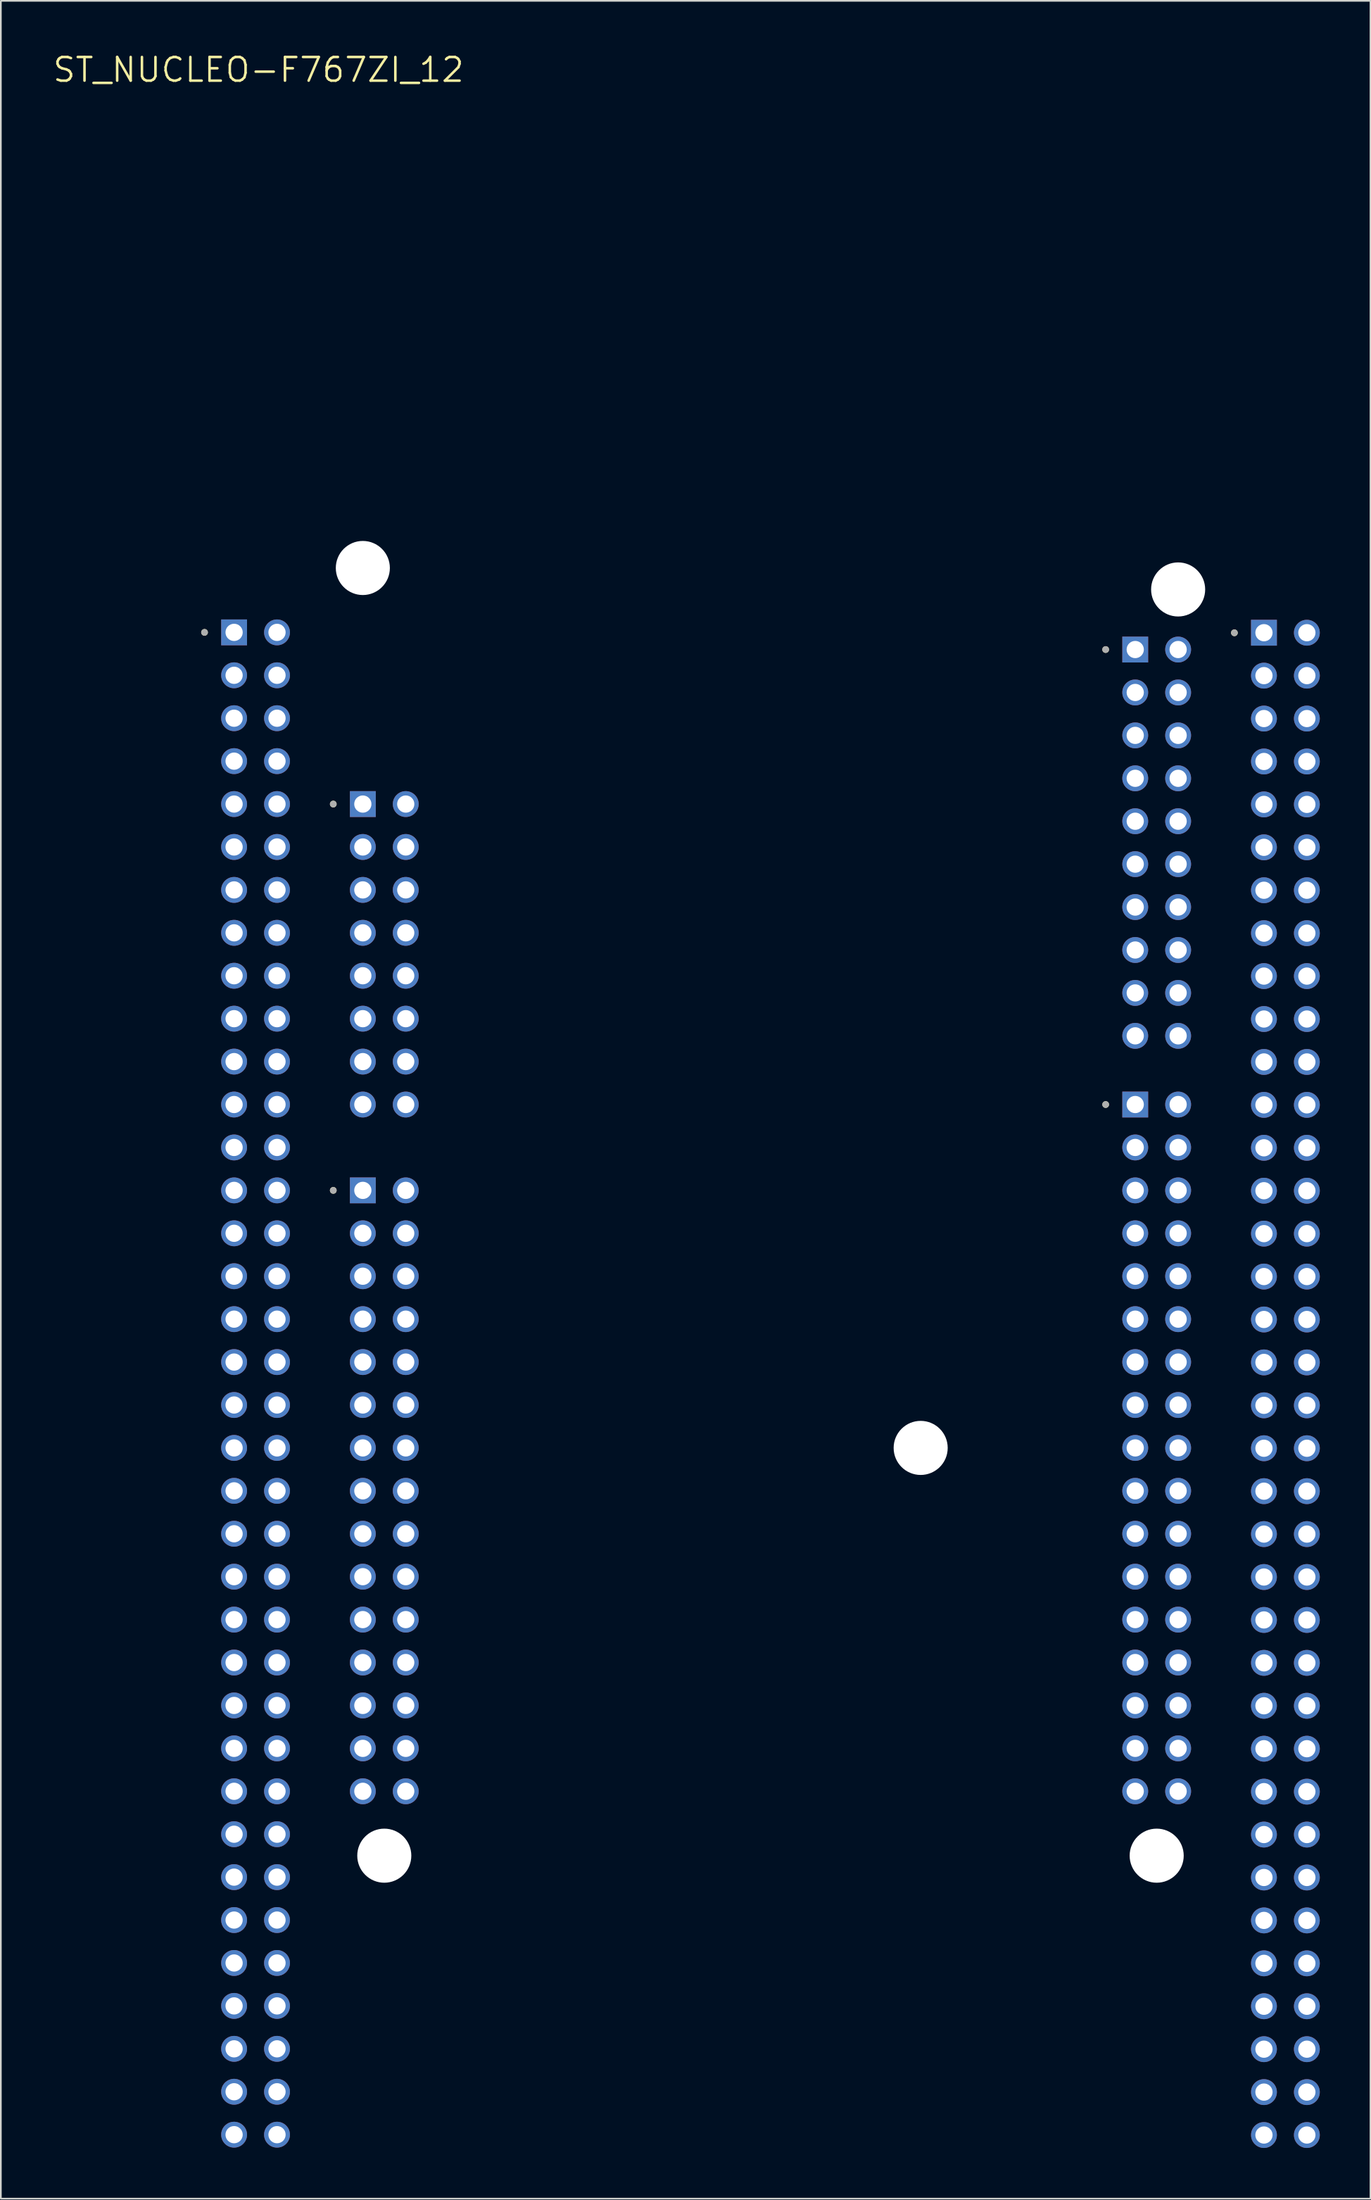
<source format=kicad_pcb>
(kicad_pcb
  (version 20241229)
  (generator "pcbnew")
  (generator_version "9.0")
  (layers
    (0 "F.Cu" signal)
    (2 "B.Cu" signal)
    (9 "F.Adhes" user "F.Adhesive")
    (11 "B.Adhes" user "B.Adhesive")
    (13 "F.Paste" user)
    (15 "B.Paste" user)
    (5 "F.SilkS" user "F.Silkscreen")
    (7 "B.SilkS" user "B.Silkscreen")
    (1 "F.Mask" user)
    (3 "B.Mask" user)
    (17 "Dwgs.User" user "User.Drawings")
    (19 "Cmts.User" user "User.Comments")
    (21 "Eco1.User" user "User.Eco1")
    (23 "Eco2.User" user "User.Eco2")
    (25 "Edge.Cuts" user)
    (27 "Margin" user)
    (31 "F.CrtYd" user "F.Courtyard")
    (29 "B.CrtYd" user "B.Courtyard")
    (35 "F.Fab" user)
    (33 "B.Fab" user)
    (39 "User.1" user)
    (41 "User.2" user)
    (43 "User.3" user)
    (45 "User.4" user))
  (footprint "ST_NUCLEO-F767ZI_12"
    (layer "F.Cu")
    (at 42.557 69.301)
    (property "Reference" "ST_NUCLEO-F767ZI_12" (at -30.305 -68.219 0) (layer "F.SilkS") (effects (font (size 1.4 1.4) (thickness 0.15))))
    (attr through_hole)
    (fp_circle (center -33.5 -34.93) (end -33.4 -34.93) (stroke (width 0.2) (type solid)) (fill no) (layer "F.SilkS"))
    (fp_circle (center -25.88 -24.77) (end -25.78 -24.77) (stroke (width 0.2) (type solid)) (fill no) (layer "F.SilkS"))
    (fp_circle (center -25.88 -1.91) (end -25.78 -1.91) (stroke (width 0.2) (type solid)) (fill no) (layer "F.SilkS"))
    (fp_circle (center 19.84 -33.914) (end 19.94 -33.914) (stroke (width 0.2) (type solid)) (fill no) (layer "F.SilkS"))
    (fp_circle (center 19.84 -6.99) (end 19.94 -6.99) (stroke (width 0.2) (type solid)) (fill no) (layer "F.SilkS"))
    (fp_circle (center 27.46 -34.905) (end 27.56 -34.905) (stroke (width 0.2) (type solid)) (fill no) (layer "F.SilkS"))
    (fp_circle (center -33.5 -34.93) (end -33.4 -34.93) (stroke (width 0.2) (type solid)) (fill no) (layer "F.Fab"))
    (fp_circle (center -25.88 -24.77) (end -25.78 -24.77) (stroke (width 0.2) (type solid)) (fill no) (layer "F.Fab"))
    (fp_circle (center -25.88 -1.91) (end -25.78 -1.91) (stroke (width 0.2) (type solid)) (fill no) (layer "F.Fab"))
    (fp_circle (center 19.84 -33.914) (end 19.94 -33.914) (stroke (width 0.2) (type solid)) (fill no) (layer "F.Fab"))
    (fp_circle (center 19.84 -6.99) (end 19.94 -6.99) (stroke (width 0.2) (type solid)) (fill no) (layer "F.Fab"))
    (fp_circle (center 27.46 -34.905) (end 27.56 -34.905) (stroke (width 0.2) (type solid)) (fill no) (layer "F.Fab"))
    (pad "" np_thru_hole circle (at -24.13 -38.74) (size 3.2 3.2) (drill 3.2) (layers "*.Cu" "*.Mask"))
    (pad "" np_thru_hole circle (at -22.86 37.46) (size 3.2 3.2) (drill 3.2) (layers "*.Cu" "*.Mask"))
    (pad "" np_thru_hole circle (at 8.89 13.33) (size 3.2 3.2) (drill 3.2) (layers "*.Cu" "*.Mask"))
    (pad "" np_thru_hole circle (at 22.86 37.46) (size 3.2 3.2) (drill 3.2) (layers "*.Cu" "*.Mask"))
    (pad "" np_thru_hole circle (at 24.13 -37.47) (size 3.2 3.2) (drill 3.2) (layers "*.Cu" "*.Mask"))
    (pad "CN7_1" thru_hole rect (at 21.59 -33.914) (size 1.53 1.53) (drill 1.02) (layers "*.Cu" "*.Mask"))
    (pad "CN7_2" thru_hole circle (at 24.13 -33.914) (size 1.53 1.53) (drill 1.02) (layers "*.Cu" "*.Mask"))
    (pad "CN7_3" thru_hole circle (at 21.59 -31.374) (size 1.53 1.53) (drill 1.02) (layers "*.Cu" "*.Mask"))
    (pad "CN7_4" thru_hole circle (at 24.13 -31.374) (size 1.53 1.53) (drill 1.02) (layers "*.Cu" "*.Mask"))
    (pad "CN7_5" thru_hole circle (at 21.59 -28.834) (size 1.53 1.53) (drill 1.02) (layers "*.Cu" "*.Mask"))
    (pad "CN7_6" thru_hole circle (at 24.13 -28.834) (size 1.53 1.53) (drill 1.02) (layers "*.Cu" "*.Mask"))
    (pad "CN7_7" thru_hole circle (at 21.59 -26.294) (size 1.53 1.53) (drill 1.02) (layers "*.Cu" "*.Mask"))
    (pad "CN7_8" thru_hole circle (at 24.13 -26.294) (size 1.53 1.53) (drill 1.02) (layers "*.Cu" "*.Mask"))
    (pad "CN7_9" thru_hole circle (at 21.59 -23.754) (size 1.53 1.53) (drill 1.02) (layers "*.Cu" "*.Mask"))
    (pad "CN7_10" thru_hole circle (at 24.13 -23.754) (size 1.53 1.53) (drill 1.02) (layers "*.Cu" "*.Mask"))
    (pad "CN7_11" thru_hole circle (at 21.59 -21.214) (size 1.53 1.53) (drill 1.02) (layers "*.Cu" "*.Mask"))
    (pad "CN7_12" thru_hole circle (at 24.13 -21.214) (size 1.53 1.53) (drill 1.02) (layers "*.Cu" "*.Mask"))
    (pad "CN7_13" thru_hole circle (at 21.59 -18.674) (size 1.53 1.53) (drill 1.02) (layers "*.Cu" "*.Mask"))
    (pad "CN7_14" thru_hole circle (at 24.13 -18.674) (size 1.53 1.53) (drill 1.02) (layers "*.Cu" "*.Mask"))
    (pad "CN7_15" thru_hole circle (at 21.59 -16.134) (size 1.53 1.53) (drill 1.02) (layers "*.Cu" "*.Mask"))
    (pad "CN7_16" thru_hole circle (at 24.13 -16.134) (size 1.53 1.53) (drill 1.02) (layers "*.Cu" "*.Mask"))
    (pad "CN7_17" thru_hole circle (at 21.59 -13.594) (size 1.53 1.53) (drill 1.02) (layers "*.Cu" "*.Mask"))
    (pad "CN7_18" thru_hole circle (at 24.13 -13.594) (size 1.53 1.53) (drill 1.02) (layers "*.Cu" "*.Mask"))
    (pad "CN7_19" thru_hole circle (at 21.59 -11.054) (size 1.53 1.53) (drill 1.02) (layers "*.Cu" "*.Mask"))
    (pad "CN7_20" thru_hole circle (at 24.13 -11.054) (size 1.53 1.53) (drill 1.02) (layers "*.Cu" "*.Mask"))
    (pad "CN8_1" thru_hole rect (at -24.13 -24.77) (size 1.53 1.53) (drill 1.02) (layers "*.Cu" "*.Mask"))
    (pad "CN8_2" thru_hole circle (at -21.59 -24.77) (size 1.53 1.53) (drill 1.02) (layers "*.Cu" "*.Mask"))
    (pad "CN8_3" thru_hole circle (at -24.13 -22.23) (size 1.53 1.53) (drill 1.02) (layers "*.Cu" "*.Mask"))
    (pad "CN8_4" thru_hole circle (at -21.59 -22.23) (size 1.53 1.53) (drill 1.02) (layers "*.Cu" "*.Mask"))
    (pad "CN8_5" thru_hole circle (at -24.13 -19.69) (size 1.53 1.53) (drill 1.02) (layers "*.Cu" "*.Mask"))
    (pad "CN8_6" thru_hole circle (at -21.59 -19.69) (size 1.53 1.53) (drill 1.02) (layers "*.Cu" "*.Mask"))
    (pad "CN8_7" thru_hole circle (at -24.13 -17.15) (size 1.53 1.53) (drill 1.02) (layers "*.Cu" "*.Mask"))
    (pad "CN8_8" thru_hole circle (at -21.59 -17.15) (size 1.53 1.53) (drill 1.02) (layers "*.Cu" "*.Mask"))
    (pad "CN8_9" thru_hole circle (at -24.13 -14.61) (size 1.53 1.53) (drill 1.02) (layers "*.Cu" "*.Mask"))
    (pad "CN8_10" thru_hole circle (at -21.59 -14.61) (size 1.53 1.53) (drill 1.02) (layers "*.Cu" "*.Mask"))
    (pad "CN8_11" thru_hole circle (at -24.13 -12.07) (size 1.53 1.53) (drill 1.02) (layers "*.Cu" "*.Mask"))
    (pad "CN8_12" thru_hole circle (at -21.59 -12.07) (size 1.53 1.53) (drill 1.02) (layers "*.Cu" "*.Mask"))
    (pad "CN8_13" thru_hole circle (at -24.13 -9.53) (size 1.53 1.53) (drill 1.02) (layers "*.Cu" "*.Mask"))
    (pad "CN8_14" thru_hole circle (at -21.59 -9.53) (size 1.53 1.53) (drill 1.02) (layers "*.Cu" "*.Mask"))
    (pad "CN8_15" thru_hole circle (at -24.13 -6.99) (size 1.53 1.53) (drill 1.02) (layers "*.Cu" "*.Mask"))
    (pad "CN8_16" thru_hole circle (at -21.59 -6.99) (size 1.53 1.53) (drill 1.02) (layers "*.Cu" "*.Mask"))
    (pad "CN9_1" thru_hole rect (at -24.13 -1.91) (size 1.53 1.53) (drill 1.02) (layers "*.Cu" "*.Mask"))
    (pad "CN9_2" thru_hole circle (at -21.59 -1.91) (size 1.53 1.53) (drill 1.02) (layers "*.Cu" "*.Mask"))
    (pad "CN9_3" thru_hole circle (at -24.13 0.63) (size 1.53 1.53) (drill 1.02) (layers "*.Cu" "*.Mask"))
    (pad "CN9_4" thru_hole circle (at -21.59 0.63) (size 1.53 1.53) (drill 1.02) (layers "*.Cu" "*.Mask"))
    (pad "CN9_5" thru_hole circle (at -24.13 3.17) (size 1.53 1.53) (drill 1.02) (layers "*.Cu" "*.Mask"))
    (pad "CN9_6" thru_hole circle (at -21.59 3.17) (size 1.53 1.53) (drill 1.02) (layers "*.Cu" "*.Mask"))
    (pad "CN9_7" thru_hole circle (at -24.13 5.71) (size 1.53 1.53) (drill 1.02) (layers "*.Cu" "*.Mask"))
    (pad "CN9_8" thru_hole circle (at -21.59 5.71) (size 1.53 1.53) (drill 1.02) (layers "*.Cu" "*.Mask"))
    (pad "CN9_9" thru_hole circle (at -24.13 8.25) (size 1.53 1.53) (drill 1.02) (layers "*.Cu" "*.Mask"))
    (pad "CN9_10" thru_hole circle (at -21.59 8.25) (size 1.53 1.53) (drill 1.02) (layers "*.Cu" "*.Mask"))
    (pad "CN9_11" thru_hole circle (at -24.13 10.79) (size 1.53 1.53) (drill 1.02) (layers "*.Cu" "*.Mask"))
    (pad "CN9_12" thru_hole circle (at -21.59 10.79) (size 1.53 1.53) (drill 1.02) (layers "*.Cu" "*.Mask"))
    (pad "CN9_13" thru_hole circle (at -24.13 13.33) (size 1.53 1.53) (drill 1.02) (layers "*.Cu" "*.Mask"))
    (pad "CN9_14" thru_hole circle (at -21.59 13.33) (size 1.53 1.53) (drill 1.02) (layers "*.Cu" "*.Mask"))
    (pad "CN9_15" thru_hole circle (at -24.13 15.87) (size 1.53 1.53) (drill 1.02) (layers "*.Cu" "*.Mask"))
    (pad "CN9_16" thru_hole circle (at -21.59 15.87) (size 1.53 1.53) (drill 1.02) (layers "*.Cu" "*.Mask"))
    (pad "CN9_17" thru_hole circle (at -24.13 18.41) (size 1.53 1.53) (drill 1.02) (layers "*.Cu" "*.Mask"))
    (pad "CN9_18" thru_hole circle (at -21.59 18.41) (size 1.53 1.53) (drill 1.02) (layers "*.Cu" "*.Mask"))
    (pad "CN9_19" thru_hole circle (at -24.13 20.95) (size 1.53 1.53) (drill 1.02) (layers "*.Cu" "*.Mask"))
    (pad "CN9_20" thru_hole circle (at -21.59 20.95) (size 1.53 1.53) (drill 1.02) (layers "*.Cu" "*.Mask"))
    (pad "CN9_21" thru_hole circle (at -24.13 23.49) (size 1.53 1.53) (drill 1.02) (layers "*.Cu" "*.Mask"))
    (pad "CN9_22" thru_hole circle (at -21.59 23.49) (size 1.53 1.53) (drill 1.02) (layers "*.Cu" "*.Mask"))
    (pad "CN9_23" thru_hole circle (at -24.13 26.03) (size 1.53 1.53) (drill 1.02) (layers "*.Cu" "*.Mask"))
    (pad "CN9_24" thru_hole circle (at -21.59 26.03) (size 1.53 1.53) (drill 1.02) (layers "*.Cu" "*.Mask"))
    (pad "CN9_25" thru_hole circle (at -24.13 28.57) (size 1.53 1.53) (drill 1.02) (layers "*.Cu" "*.Mask"))
    (pad "CN9_26" thru_hole circle (at -21.59 28.57) (size 1.53 1.53) (drill 1.02) (layers "*.Cu" "*.Mask"))
    (pad "CN9_27" thru_hole circle (at -24.13 31.11) (size 1.53 1.53) (drill 1.02) (layers "*.Cu" "*.Mask"))
    (pad "CN9_28" thru_hole circle (at -21.59 31.11) (size 1.53 1.53) (drill 1.02) (layers "*.Cu" "*.Mask"))
    (pad "CN9_29" thru_hole circle (at -24.13 33.65) (size 1.53 1.53) (drill 1.02) (layers "*.Cu" "*.Mask"))
    (pad "CN9_30" thru_hole circle (at -21.59 33.65) (size 1.53 1.53) (drill 1.02) (layers "*.Cu" "*.Mask"))
    (pad "CN10_1" thru_hole rect (at 21.59 -6.99) (size 1.53 1.53) (drill 1.02) (layers "*.Cu" "*.Mask"))
    (pad "CN10_2" thru_hole circle (at 24.13 -6.99) (size 1.53 1.53) (drill 1.02) (layers "*.Cu" "*.Mask"))
    (pad "CN10_3" thru_hole circle (at 21.59 -4.45) (size 1.53 1.53) (drill 1.02) (layers "*.Cu" "*.Mask"))
    (pad "CN10_4" thru_hole circle (at 24.13 -4.45) (size 1.53 1.53) (drill 1.02) (layers "*.Cu" "*.Mask"))
    (pad "CN10_5" thru_hole circle (at 21.59 -1.91) (size 1.53 1.53) (drill 1.02) (layers "*.Cu" "*.Mask"))
    (pad "CN10_6" thru_hole circle (at 24.13 -1.91) (size 1.53 1.53) (drill 1.02) (layers "*.Cu" "*.Mask"))
    (pad "CN10_7" thru_hole circle (at 21.59 0.63) (size 1.53 1.53) (drill 1.02) (layers "*.Cu" "*.Mask"))
    (pad "CN10_8" thru_hole circle (at 24.13 0.63) (size 1.53 1.53) (drill 1.02) (layers "*.Cu" "*.Mask"))
    (pad "CN10_9" thru_hole circle (at 21.59 3.17) (size 1.53 1.53) (drill 1.02) (layers "*.Cu" "*.Mask"))
    (pad "CN10_10" thru_hole circle (at 24.13 3.17) (size 1.53 1.53) (drill 1.02) (layers "*.Cu" "*.Mask"))
    (pad "CN10_11" thru_hole circle (at 21.59 5.71) (size 1.53 1.53) (drill 1.02) (layers "*.Cu" "*.Mask"))
    (pad "CN10_12" thru_hole circle (at 24.13 5.71) (size 1.53 1.53) (drill 1.02) (layers "*.Cu" "*.Mask"))
    (pad "CN10_13" thru_hole circle (at 21.59 8.25) (size 1.53 1.53) (drill 1.02) (layers "*.Cu" "*.Mask"))
    (pad "CN10_14" thru_hole circle (at 24.13 8.25) (size 1.53 1.53) (drill 1.02) (layers "*.Cu" "*.Mask"))
    (pad "CN10_15" thru_hole circle (at 21.59 10.79) (size 1.53 1.53) (drill 1.02) (layers "*.Cu" "*.Mask"))
    (pad "CN10_16" thru_hole circle (at 24.13 10.79) (size 1.53 1.53) (drill 1.02) (layers "*.Cu" "*.Mask"))
    (pad "CN10_17" thru_hole circle (at 21.59 13.33) (size 1.53 1.53) (drill 1.02) (layers "*.Cu" "*.Mask"))
    (pad "CN10_18" thru_hole circle (at 24.13 13.33) (size 1.53 1.53) (drill 1.02) (layers "*.Cu" "*.Mask"))
    (pad "CN10_19" thru_hole circle (at 21.59 15.87) (size 1.53 1.53) (drill 1.02) (layers "*.Cu" "*.Mask"))
    (pad "CN10_20" thru_hole circle (at 24.13 15.87) (size 1.53 1.53) (drill 1.02) (layers "*.Cu" "*.Mask"))
    (pad "CN10_21" thru_hole circle (at 21.59 18.41) (size 1.53 1.53) (drill 1.02) (layers "*.Cu" "*.Mask"))
    (pad "CN10_22" thru_hole circle (at 24.13 18.41) (size 1.53 1.53) (drill 1.02) (layers "*.Cu" "*.Mask"))
    (pad "CN10_23" thru_hole circle (at 21.59 20.95) (size 1.53 1.53) (drill 1.02) (layers "*.Cu" "*.Mask"))
    (pad "CN10_24" thru_hole circle (at 24.13 20.95) (size 1.53 1.53) (drill 1.02) (layers "*.Cu" "*.Mask"))
    (pad "CN10_25" thru_hole circle (at 21.59 23.49) (size 1.53 1.53) (drill 1.02) (layers "*.Cu" "*.Mask"))
    (pad "CN10_26" thru_hole circle (at 24.13 23.49) (size 1.53 1.53) (drill 1.02) (layers "*.Cu" "*.Mask"))
    (pad "CN10_27" thru_hole circle (at 21.59 26.03) (size 1.53 1.53) (drill 1.02) (layers "*.Cu" "*.Mask"))
    (pad "CN10_28" thru_hole circle (at 24.13 26.03) (size 1.53 1.53) (drill 1.02) (layers "*.Cu" "*.Mask"))
    (pad "CN10_29" thru_hole circle (at 21.59 28.57) (size 1.53 1.53) (drill 1.02) (layers "*.Cu" "*.Mask"))
    (pad "CN10_30" thru_hole circle (at 24.13 28.57) (size 1.53 1.53) (drill 1.02) (layers "*.Cu" "*.Mask"))
    (pad "CN10_31" thru_hole circle (at 21.59 31.11) (size 1.53 1.53) (drill 1.02) (layers "*.Cu" "*.Mask"))
    (pad "CN10_32" thru_hole circle (at 24.13 31.11) (size 1.53 1.53) (drill 1.02) (layers "*.Cu" "*.Mask"))
    (pad "CN10_33" thru_hole circle (at 21.59 33.65) (size 1.53 1.53) (drill 1.02) (layers "*.Cu" "*.Mask"))
    (pad "CN10_34" thru_hole circle (at 24.13 33.65) (size 1.53 1.53) (drill 1.02) (layers "*.Cu" "*.Mask"))
    (pad "CN11_1" thru_hole rect (at -31.75 -34.93) (size 1.53 1.53) (drill 1.02) (layers "*.Cu" "*.Mask"))
    (pad "CN11_2" thru_hole circle (at -29.21 -34.93) (size 1.53 1.53) (drill 1.02) (layers "*.Cu" "*.Mask"))
    (pad "CN11_3" thru_hole circle (at -31.75 -32.39) (size 1.53 1.53) (drill 1.02) (layers "*.Cu" "*.Mask"))
    (pad "CN11_4" thru_hole circle (at -29.21 -32.39) (size 1.53 1.53) (drill 1.02) (layers "*.Cu" "*.Mask"))
    (pad "CN11_5" thru_hole circle (at -31.75 -29.85) (size 1.53 1.53) (drill 1.02) (layers "*.Cu" "*.Mask"))
    (pad "CN11_6" thru_hole circle (at -29.21 -29.85) (size 1.53 1.53) (drill 1.02) (layers "*.Cu" "*.Mask"))
    (pad "CN11_7" thru_hole circle (at -31.75 -27.31) (size 1.53 1.53) (drill 1.02) (layers "*.Cu" "*.Mask"))
    (pad "CN11_8" thru_hole circle (at -29.21 -27.31) (size 1.53 1.53) (drill 1.02) (layers "*.Cu" "*.Mask"))
    (pad "CN11_9" thru_hole circle (at -31.75 -24.77) (size 1.53 1.53) (drill 1.02) (layers "*.Cu" "*.Mask"))
    (pad "CN11_10" thru_hole circle (at -29.21 -24.77) (size 1.53 1.53) (drill 1.02) (layers "*.Cu" "*.Mask"))
    (pad "CN11_11" thru_hole circle (at -31.75 -22.23) (size 1.53 1.53) (drill 1.02) (layers "*.Cu" "*.Mask"))
    (pad "CN11_12" thru_hole circle (at -29.21 -22.23) (size 1.53 1.53) (drill 1.02) (layers "*.Cu" "*.Mask"))
    (pad "CN11_13" thru_hole circle (at -31.75 -19.69) (size 1.53 1.53) (drill 1.02) (layers "*.Cu" "*.Mask"))
    (pad "CN11_14" thru_hole circle (at -29.21 -19.69) (size 1.53 1.53) (drill 1.02) (layers "*.Cu" "*.Mask"))
    (pad "CN11_15" thru_hole circle (at -31.75 -17.15) (size 1.53 1.53) (drill 1.02) (layers "*.Cu" "*.Mask"))
    (pad "CN11_16" thru_hole circle (at -29.21 -17.15) (size 1.53 1.53) (drill 1.02) (layers "*.Cu" "*.Mask"))
    (pad "CN11_17" thru_hole circle (at -31.75 -14.61) (size 1.53 1.53) (drill 1.02) (layers "*.Cu" "*.Mask"))
    (pad "CN11_18" thru_hole circle (at -29.21 -14.61) (size 1.53 1.53) (drill 1.02) (layers "*.Cu" "*.Mask"))
    (pad "CN11_19" thru_hole circle (at -31.75 -12.07) (size 1.53 1.53) (drill 1.02) (layers "*.Cu" "*.Mask"))
    (pad "CN11_20" thru_hole circle (at -29.21 -12.07) (size 1.53 1.53) (drill 1.02) (layers "*.Cu" "*.Mask"))
    (pad "CN11_21" thru_hole circle (at -31.75 -9.53) (size 1.53 1.53) (drill 1.02) (layers "*.Cu" "*.Mask"))
    (pad "CN11_22" thru_hole circle (at -29.21 -9.53) (size 1.53 1.53) (drill 1.02) (layers "*.Cu" "*.Mask"))
    (pad "CN11_23" thru_hole circle (at -31.75 -6.99) (size 1.53 1.53) (drill 1.02) (layers "*.Cu" "*.Mask"))
    (pad "CN11_24" thru_hole circle (at -29.21 -6.99) (size 1.53 1.53) (drill 1.02) (layers "*.Cu" "*.Mask"))
    (pad "CN11_25" thru_hole circle (at -31.75 -4.45) (size 1.53 1.53) (drill 1.02) (layers "*.Cu" "*.Mask"))
    (pad "CN11_26" thru_hole circle (at -29.21 -4.45) (size 1.53 1.53) (drill 1.02) (layers "*.Cu" "*.Mask"))
    (pad "CN11_27" thru_hole circle (at -31.75 -1.91) (size 1.53 1.53) (drill 1.02) (layers "*.Cu" "*.Mask"))
    (pad "CN11_28" thru_hole circle (at -29.21 -1.91) (size 1.53 1.53) (drill 1.02) (layers "*.Cu" "*.Mask"))
    (pad "CN11_29" thru_hole circle (at -31.75 0.63) (size 1.53 1.53) (drill 1.02) (layers "*.Cu" "*.Mask"))
    (pad "CN11_30" thru_hole circle (at -29.21 0.63) (size 1.53 1.53) (drill 1.02) (layers "*.Cu" "*.Mask"))
    (pad "CN11_31" thru_hole circle (at -31.75 3.17) (size 1.53 1.53) (drill 1.02) (layers "*.Cu" "*.Mask"))
    (pad "CN11_32" thru_hole circle (at -29.21 3.17) (size 1.53 1.53) (drill 1.02) (layers "*.Cu" "*.Mask"))
    (pad "CN11_33" thru_hole circle (at -31.75 5.71) (size 1.53 1.53) (drill 1.02) (layers "*.Cu" "*.Mask"))
    (pad "CN11_34" thru_hole circle (at -29.21 5.71) (size 1.53 1.53) (drill 1.02) (layers "*.Cu" "*.Mask"))
    (pad "CN11_35" thru_hole circle (at -31.75 8.25) (size 1.53 1.53) (drill 1.02) (layers "*.Cu" "*.Mask"))
    (pad "CN11_36" thru_hole circle (at -29.21 8.25) (size 1.53 1.53) (drill 1.02) (layers "*.Cu" "*.Mask"))
    (pad "CN11_37" thru_hole circle (at -31.75 10.79) (size 1.53 1.53) (drill 1.02) (layers "*.Cu" "*.Mask"))
    (pad "CN11_38" thru_hole circle (at -29.21 10.79) (size 1.53 1.53) (drill 1.02) (layers "*.Cu" "*.Mask"))
    (pad "CN11_39" thru_hole circle (at -31.75 13.33) (size 1.53 1.53) (drill 1.02) (layers "*.Cu" "*.Mask"))
    (pad "CN11_40" thru_hole circle (at -29.21 13.33) (size 1.53 1.53) (drill 1.02) (layers "*.Cu" "*.Mask"))
    (pad "CN11_41" thru_hole circle (at -31.75 15.87) (size 1.53 1.53) (drill 1.02) (layers "*.Cu" "*.Mask"))
    (pad "CN11_42" thru_hole circle (at -29.21 15.87) (size 1.53 1.53) (drill 1.02) (layers "*.Cu" "*.Mask"))
    (pad "CN11_43" thru_hole circle (at -31.75 18.41) (size 1.53 1.53) (drill 1.02) (layers "*.Cu" "*.Mask"))
    (pad "CN11_44" thru_hole circle (at -29.21 18.41) (size 1.53 1.53) (drill 1.02) (layers "*.Cu" "*.Mask"))
    (pad "CN11_45" thru_hole circle (at -31.75 20.95) (size 1.53 1.53) (drill 1.02) (layers "*.Cu" "*.Mask"))
    (pad "CN11_46" thru_hole circle (at -29.21 20.95) (size 1.53 1.53) (drill 1.02) (layers "*.Cu" "*.Mask"))
    (pad "CN11_47" thru_hole circle (at -31.75 23.49) (size 1.53 1.53) (drill 1.02) (layers "*.Cu" "*.Mask"))
    (pad "CN11_48" thru_hole circle (at -29.21 23.49) (size 1.53 1.53) (drill 1.02) (layers "*.Cu" "*.Mask"))
    (pad "CN11_49" thru_hole circle (at -31.75 26.03) (size 1.53 1.53) (drill 1.02) (layers "*.Cu" "*.Mask"))
    (pad "CN11_50" thru_hole circle (at -29.21 26.03) (size 1.53 1.53) (drill 1.02) (layers "*.Cu" "*.Mask"))
    (pad "CN11_51" thru_hole circle (at -31.75 28.57) (size 1.53 1.53) (drill 1.02) (layers "*.Cu" "*.Mask"))
    (pad "CN11_52" thru_hole circle (at -29.21 28.57) (size 1.53 1.53) (drill 1.02) (layers "*.Cu" "*.Mask"))
    (pad "CN11_53" thru_hole circle (at -31.75 31.11) (size 1.53 1.53) (drill 1.02) (layers "*.Cu" "*.Mask"))
    (pad "CN11_54" thru_hole circle (at -29.21 31.11) (size 1.53 1.53) (drill 1.02) (layers "*.Cu" "*.Mask"))
    (pad "CN11_55" thru_hole circle (at -31.75 33.65) (size 1.53 1.53) (drill 1.02) (layers "*.Cu" "*.Mask"))
    (pad "CN11_56" thru_hole circle (at -29.21 33.65) (size 1.53 1.53) (drill 1.02) (layers "*.Cu" "*.Mask"))
    (pad "CN11_57" thru_hole circle (at -31.75 36.19) (size 1.53 1.53) (drill 1.02) (layers "*.Cu" "*.Mask"))
    (pad "CN11_58" thru_hole circle (at -29.21 36.19) (size 1.53 1.53) (drill 1.02) (layers "*.Cu" "*.Mask"))
    (pad "CN11_59" thru_hole circle (at -31.75 38.73) (size 1.53 1.53) (drill 1.02) (layers "*.Cu" "*.Mask"))
    (pad "CN11_60" thru_hole circle (at -29.21 38.73) (size 1.53 1.53) (drill 1.02) (layers "*.Cu" "*.Mask"))
    (pad "CN11_61" thru_hole circle (at -31.75 41.27) (size 1.53 1.53) (drill 1.02) (layers "*.Cu" "*.Mask"))
    (pad "CN11_62" thru_hole circle (at -29.21 41.27) (size 1.53 1.53) (drill 1.02) (layers "*.Cu" "*.Mask"))
    (pad "CN11_63" thru_hole circle (at -31.75 43.81) (size 1.53 1.53) (drill 1.02) (layers "*.Cu" "*.Mask"))
    (pad "CN11_64" thru_hole circle (at -29.21 43.81) (size 1.53 1.53) (drill 1.02) (layers "*.Cu" "*.Mask"))
    (pad "CN11_65" thru_hole circle (at -31.75 46.35) (size 1.53 1.53) (drill 1.02) (layers "*.Cu" "*.Mask"))
    (pad "CN11_66" thru_hole circle (at -29.21 46.35) (size 1.53 1.53) (drill 1.02) (layers "*.Cu" "*.Mask"))
    (pad "CN11_67" thru_hole circle (at -31.75 48.89) (size 1.53 1.53) (drill 1.02) (layers "*.Cu" "*.Mask"))
    (pad "CN11_68" thru_hole circle (at -29.21 48.89) (size 1.53 1.53) (drill 1.02) (layers "*.Cu" "*.Mask"))
    (pad "CN11_69" thru_hole circle (at -31.75 51.43) (size 1.53 1.53) (drill 1.02) (layers "*.Cu" "*.Mask"))
    (pad "CN11_70" thru_hole circle (at -29.21 51.43) (size 1.53 1.53) (drill 1.02) (layers "*.Cu" "*.Mask"))
    (pad "CN11_71" thru_hole circle (at -31.75 53.97) (size 1.53 1.53) (drill 1.02) (layers "*.Cu" "*.Mask"))
    (pad "CN11_72" thru_hole circle (at -29.21 53.97) (size 1.53 1.53) (drill 1.02) (layers "*.Cu" "*.Mask"))
    (pad "CN12_1" thru_hole rect (at 29.21 -34.91) (size 1.53 1.53) (drill 1.02) (layers "*.Cu" "*.Mask"))
    (pad "CN12_2" thru_hole circle (at 31.75 -34.91) (size 1.53 1.53) (drill 1.02) (layers "*.Cu" "*.Mask"))
    (pad "CN12_3" thru_hole circle (at 29.21 -32.37) (size 1.53 1.53) (drill 1.02) (layers "*.Cu" "*.Mask"))
    (pad "CN12_4" thru_hole circle (at 31.75 -32.37) (size 1.53 1.53) (drill 1.02) (layers "*.Cu" "*.Mask"))
    (pad "CN12_5" thru_hole circle (at 29.21 -29.83) (size 1.53 1.53) (drill 1.02) (layers "*.Cu" "*.Mask"))
    (pad "CN12_6" thru_hole circle (at 31.75 -29.83) (size 1.53 1.53) (drill 1.02) (layers "*.Cu" "*.Mask"))
    (pad "CN12_7" thru_hole circle (at 29.21 -27.29) (size 1.53 1.53) (drill 1.02) (layers "*.Cu" "*.Mask"))
    (pad "CN12_8" thru_hole circle (at 31.75 -27.29) (size 1.53 1.53) (drill 1.02) (layers "*.Cu" "*.Mask"))
    (pad "CN12_9" thru_hole circle (at 29.21 -24.75) (size 1.53 1.53) (drill 1.02) (layers "*.Cu" "*.Mask"))
    (pad "CN12_10" thru_hole circle (at 31.75 -24.75) (size 1.53 1.53) (drill 1.02) (layers "*.Cu" "*.Mask"))
    (pad "CN12_11" thru_hole circle (at 29.21 -22.21) (size 1.53 1.53) (drill 1.02) (layers "*.Cu" "*.Mask"))
    (pad "CN12_12" thru_hole circle (at 31.75 -22.21) (size 1.53 1.53) (drill 1.02) (layers "*.Cu" "*.Mask"))
    (pad "CN12_13" thru_hole circle (at 29.21 -19.67) (size 1.53 1.53) (drill 1.02) (layers "*.Cu" "*.Mask"))
    (pad "CN12_14" thru_hole circle (at 31.75 -19.67) (size 1.53 1.53) (drill 1.02) (layers "*.Cu" "*.Mask"))
    (pad "CN12_15" thru_hole circle (at 29.21 -17.13) (size 1.53 1.53) (drill 1.02) (layers "*.Cu" "*.Mask"))
    (pad "CN12_16" thru_hole circle (at 31.75 -17.13) (size 1.53 1.53) (drill 1.02) (layers "*.Cu" "*.Mask"))
    (pad "CN12_17" thru_hole circle (at 29.21 -14.59) (size 1.53 1.53) (drill 1.02) (layers "*.Cu" "*.Mask"))
    (pad "CN12_18" thru_hole circle (at 31.75 -14.59) (size 1.53 1.53) (drill 1.02) (layers "*.Cu" "*.Mask"))
    (pad "CN12_19" thru_hole circle (at 29.21 -12.05) (size 1.53 1.53) (drill 1.02) (layers "*.Cu" "*.Mask"))
    (pad "CN12_20" thru_hole circle (at 31.75 -12.05) (size 1.53 1.53) (drill 1.02) (layers "*.Cu" "*.Mask"))
    (pad "CN12_21" thru_hole circle (at 29.21 -9.51) (size 1.53 1.53) (drill 1.02) (layers "*.Cu" "*.Mask"))
    (pad "CN12_22" thru_hole circle (at 31.75 -9.51) (size 1.53 1.53) (drill 1.02) (layers "*.Cu" "*.Mask"))
    (pad "CN12_23" thru_hole circle (at 29.21 -6.97) (size 1.53 1.53) (drill 1.02) (layers "*.Cu" "*.Mask"))
    (pad "CN12_24" thru_hole circle (at 31.75 -6.97) (size 1.53 1.53) (drill 1.02) (layers "*.Cu" "*.Mask"))
    (pad "CN12_25" thru_hole circle (at 29.21 -4.43) (size 1.53 1.53) (drill 1.02) (layers "*.Cu" "*.Mask"))
    (pad "CN12_26" thru_hole circle (at 31.75 -4.43) (size 1.53 1.53) (drill 1.02) (layers "*.Cu" "*.Mask"))
    (pad "CN12_27" thru_hole circle (at 29.21 -1.89) (size 1.53 1.53) (drill 1.02) (layers "*.Cu" "*.Mask"))
    (pad "CN12_28" thru_hole circle (at 31.75 -1.89) (size 1.53 1.53) (drill 1.02) (layers "*.Cu" "*.Mask"))
    (pad "CN12_29" thru_hole circle (at 29.21 0.65) (size 1.53 1.53) (drill 1.02) (layers "*.Cu" "*.Mask"))
    (pad "CN12_30" thru_hole circle (at 31.75 0.65) (size 1.53 1.53) (drill 1.02) (layers "*.Cu" "*.Mask"))
    (pad "CN12_31" thru_hole circle (at 29.21 3.19) (size 1.53 1.53) (drill 1.02) (layers "*.Cu" "*.Mask"))
    (pad "CN12_32" thru_hole circle (at 31.75 3.19) (size 1.53 1.53) (drill 1.02) (layers "*.Cu" "*.Mask"))
    (pad "CN12_33" thru_hole circle (at 29.21 5.73) (size 1.53 1.53) (drill 1.02) (layers "*.Cu" "*.Mask"))
    (pad "CN12_34" thru_hole circle (at 31.75 5.73) (size 1.53 1.53) (drill 1.02) (layers "*.Cu" "*.Mask"))
    (pad "CN12_35" thru_hole circle (at 29.21 8.27) (size 1.53 1.53) (drill 1.02) (layers "*.Cu" "*.Mask"))
    (pad "CN12_36" thru_hole circle (at 31.75 8.27) (size 1.53 1.53) (drill 1.02) (layers "*.Cu" "*.Mask"))
    (pad "CN12_37" thru_hole circle (at 29.21 10.81) (size 1.53 1.53) (drill 1.02) (layers "*.Cu" "*.Mask"))
    (pad "CN12_38" thru_hole circle (at 31.75 10.81) (size 1.53 1.53) (drill 1.02) (layers "*.Cu" "*.Mask"))
    (pad "CN12_39" thru_hole circle (at 29.21 13.35) (size 1.53 1.53) (drill 1.02) (layers "*.Cu" "*.Mask"))
    (pad "CN12_40" thru_hole circle (at 31.75 13.35) (size 1.53 1.53) (drill 1.02) (layers "*.Cu" "*.Mask"))
    (pad "CN12_41" thru_hole circle (at 29.21 15.89) (size 1.53 1.53) (drill 1.02) (layers "*.Cu" "*.Mask"))
    (pad "CN12_42" thru_hole circle (at 31.75 15.89) (size 1.53 1.53) (drill 1.02) (layers "*.Cu" "*.Mask"))
    (pad "CN12_43" thru_hole circle (at 29.21 18.43) (size 1.53 1.53) (drill 1.02) (layers "*.Cu" "*.Mask"))
    (pad "CN12_44" thru_hole circle (at 31.75 18.43) (size 1.53 1.53) (drill 1.02) (layers "*.Cu" "*.Mask"))
    (pad "CN12_45" thru_hole circle (at 29.21 20.97) (size 1.53 1.53) (drill 1.02) (layers "*.Cu" "*.Mask"))
    (pad "CN12_46" thru_hole circle (at 31.75 20.97) (size 1.53 1.53) (drill 1.02) (layers "*.Cu" "*.Mask"))
    (pad "CN12_47" thru_hole circle (at 29.21 23.51) (size 1.53 1.53) (drill 1.02) (layers "*.Cu" "*.Mask"))
    (pad "CN12_48" thru_hole circle (at 31.75 23.51) (size 1.53 1.53) (drill 1.02) (layers "*.Cu" "*.Mask"))
    (pad "CN12_49" thru_hole circle (at 29.21 26.05) (size 1.53 1.53) (drill 1.02) (layers "*.Cu" "*.Mask"))
    (pad "CN12_50" thru_hole circle (at 31.75 26.05) (size 1.53 1.53) (drill 1.02) (layers "*.Cu" "*.Mask"))
    (pad "CN12_51" thru_hole circle (at 29.21 28.59) (size 1.53 1.53) (drill 1.02) (layers "*.Cu" "*.Mask"))
    (pad "CN12_52" thru_hole circle (at 31.75 28.59) (size 1.53 1.53) (drill 1.02) (layers "*.Cu" "*.Mask"))
    (pad "CN12_53" thru_hole circle (at 29.21 31.13) (size 1.53 1.53) (drill 1.02) (layers "*.Cu" "*.Mask"))
    (pad "CN12_54" thru_hole circle (at 31.75 31.13) (size 1.53 1.53) (drill 1.02) (layers "*.Cu" "*.Mask"))
    (pad "CN12_55" thru_hole circle (at 29.21 33.67) (size 1.53 1.53) (drill 1.02) (layers "*.Cu" "*.Mask"))
    (pad "CN12_56" thru_hole circle (at 31.75 33.67) (size 1.53 1.53) (drill 1.02) (layers "*.Cu" "*.Mask"))
    (pad "CN12_57" thru_hole circle (at 29.21 36.21) (size 1.53 1.53) (drill 1.02) (layers "*.Cu" "*.Mask"))
    (pad "CN12_58" thru_hole circle (at 31.75 36.21) (size 1.53 1.53) (drill 1.02) (layers "*.Cu" "*.Mask"))
    (pad "CN12_59" thru_hole circle (at 29.21 38.75) (size 1.53 1.53) (drill 1.02) (layers "*.Cu" "*.Mask"))
    (pad "CN12_60" thru_hole circle (at 31.75 38.75) (size 1.53 1.53) (drill 1.02) (layers "*.Cu" "*.Mask"))
    (pad "CN12_61" thru_hole circle (at 29.21 41.29) (size 1.53 1.53) (drill 1.02) (layers "*.Cu" "*.Mask"))
    (pad "CN12_62" thru_hole circle (at 31.75 41.29) (size 1.53 1.53) (drill 1.02) (layers "*.Cu" "*.Mask"))
    (pad "CN12_63" thru_hole circle (at 29.21 43.83) (size 1.53 1.53) (drill 1.02) (layers "*.Cu" "*.Mask"))
    (pad "CN12_64" thru_hole circle (at 31.75 43.83) (size 1.53 1.53) (drill 1.02) (layers "*.Cu" "*.Mask"))
    (pad "CN12_65" thru_hole circle (at 29.21 46.37) (size 1.53 1.53) (drill 1.02) (layers "*.Cu" "*.Mask"))
    (pad "CN12_66" thru_hole circle (at 31.75 46.37) (size 1.53 1.53) (drill 1.02) (layers "*.Cu" "*.Mask"))
    (pad "CN12_67" thru_hole circle (at 29.21 48.91) (size 1.53 1.53) (drill 1.02) (layers "*.Cu" "*.Mask"))
    (pad "CN12_68" thru_hole circle (at 31.75 48.91) (size 1.53 1.53) (drill 1.02) (layers "*.Cu" "*.Mask"))
    (pad "CN12_69" thru_hole circle (at 29.21 51.45) (size 1.53 1.53) (drill 1.02) (layers "*.Cu" "*.Mask"))
    (pad "CN12_70" thru_hole circle (at 31.75 51.45) (size 1.53 1.53) (drill 1.02) (layers "*.Cu" "*.Mask"))
    (pad "CN12_71" thru_hole circle (at 29.21 53.99) (size 1.53 1.53) (drill 1.02) (layers "*.Cu" "*.Mask"))
    (pad "CN12_72" thru_hole circle (at 31.75 53.99) (size 1.53 1.53) (drill 1.02) (layers "*.Cu" "*.Mask")))
  (gr_rect
    (start -3 -3)
    (end 78.072 127.056)
    (stroke (width 0.1) (type default))
    (fill no)
    (layer "Edge.Cuts")))
</source>
